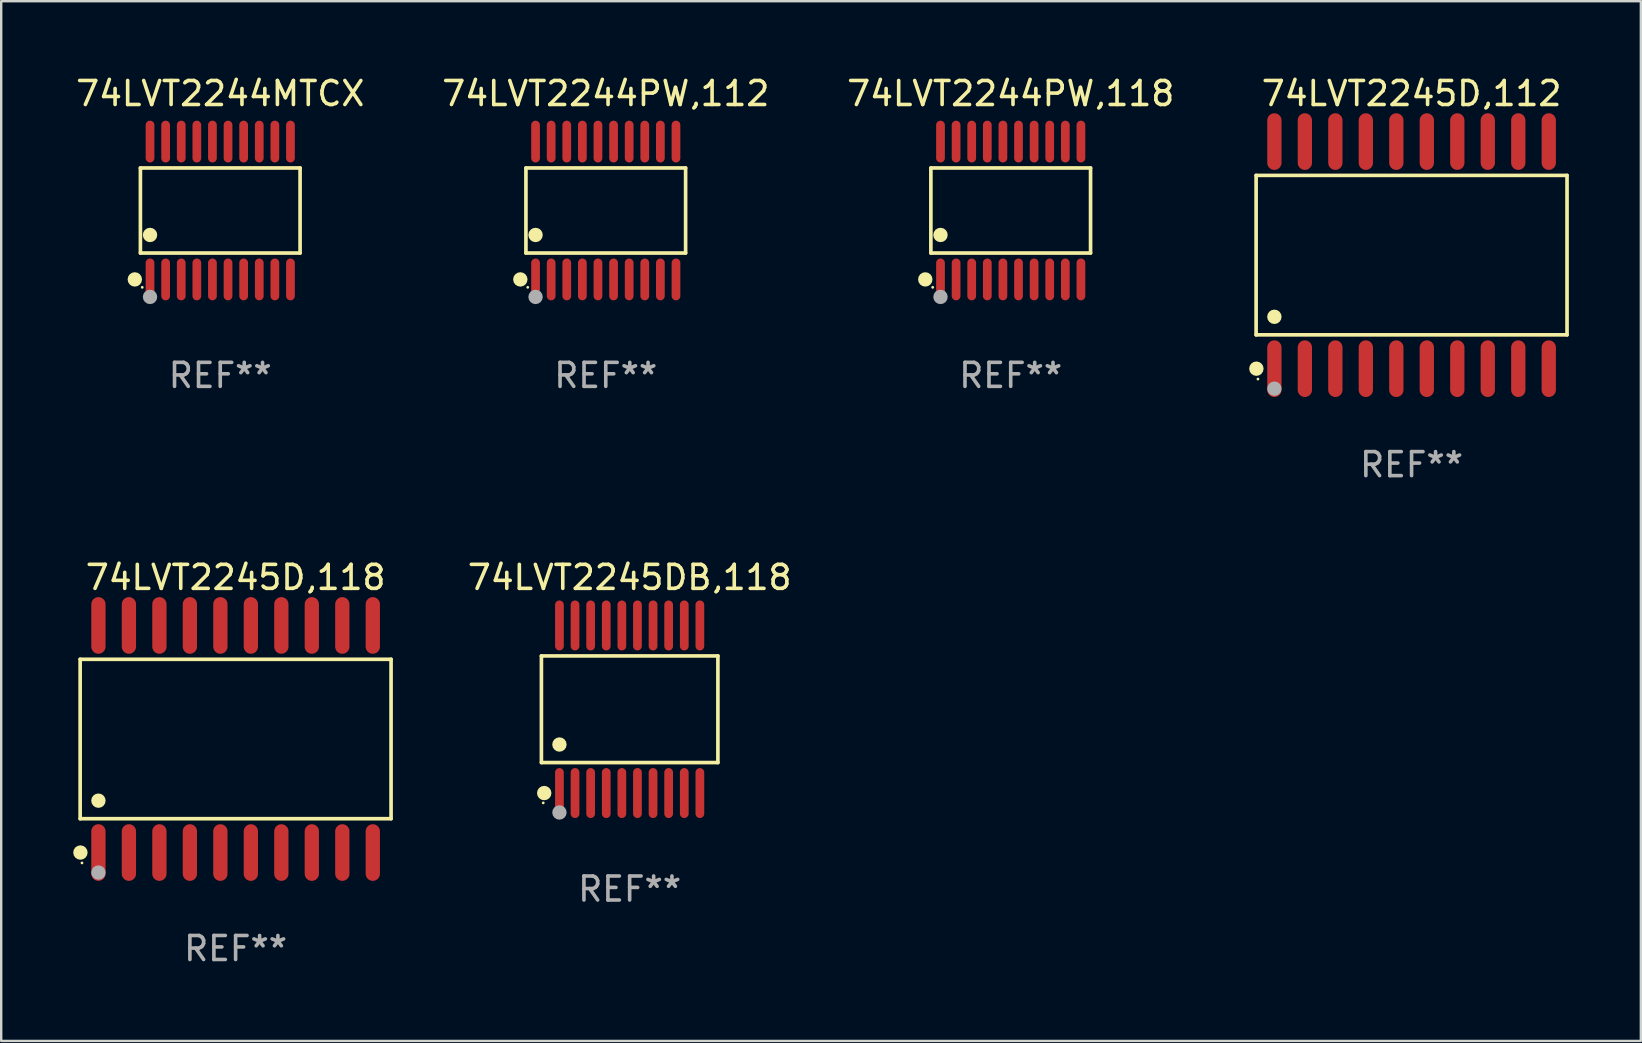
<source format=kicad_pcb>
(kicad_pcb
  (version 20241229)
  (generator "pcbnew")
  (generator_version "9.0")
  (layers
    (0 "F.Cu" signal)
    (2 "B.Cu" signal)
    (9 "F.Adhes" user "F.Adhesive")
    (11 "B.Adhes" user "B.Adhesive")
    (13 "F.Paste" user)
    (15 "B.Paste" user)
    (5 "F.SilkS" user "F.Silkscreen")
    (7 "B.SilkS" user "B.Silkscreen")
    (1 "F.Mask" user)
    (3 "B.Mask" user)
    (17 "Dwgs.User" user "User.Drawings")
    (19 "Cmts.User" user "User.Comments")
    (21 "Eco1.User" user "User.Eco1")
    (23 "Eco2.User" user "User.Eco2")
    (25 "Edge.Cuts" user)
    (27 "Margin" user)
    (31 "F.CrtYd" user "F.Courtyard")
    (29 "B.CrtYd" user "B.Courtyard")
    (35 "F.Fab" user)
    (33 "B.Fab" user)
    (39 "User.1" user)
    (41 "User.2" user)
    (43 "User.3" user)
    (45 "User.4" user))
  (footprint "74LVT2245DB,118"
    (layer "F.Cu")
    (at 23.18 26.496)
    (property "Reference" "74LVT2245DB,118" (at 0 -5.491 0) (layer "F.SilkS") (effects (font (size 1 1) (thickness 0.15))))
    (attr through_hole)
    (fp_line (start -3.676 -2.221) (end 3.676 -2.221) (stroke (width 0.152) (type solid)) (layer "F.SilkS"))
    (fp_line (start -3.676 2.221) (end -3.676 -2.221) (stroke (width 0.152) (type solid)) (layer "F.SilkS"))
    (fp_line (start 3.676 -2.221) (end 3.676 2.221) (stroke (width 0.152) (type solid)) (layer "F.SilkS"))
    (fp_line (start 3.676 2.221) (end -3.676 2.221) (stroke (width 0.152) (type solid)) (layer "F.SilkS"))
    (fp_circle (center -3.6 3.9) (end -3.57 3.9) (stroke (width 0.06) (type solid)) (fill no) (layer "F.SilkS"))
    (fp_circle (center -3.559 3.491) (end -3.409 3.491) (stroke (width 0.3) (type solid)) (fill no) (layer "F.SilkS"))
    (fp_circle (center -2.925 1.469) (end -2.775 1.469) (stroke (width 0.3) (type solid)) (fill no) (layer "F.SilkS"))
    (fp_circle (center -2.925 4.3) (end -2.775 4.3) (stroke (width 0.3) (type solid)) (fill no) (layer "F.Fab"))
    (fp_text user "REF**" (at 0 7.491 0) (layer "F.Fab") (effects (font (size 1 1) (thickness 0.15))))
    (pad "1" smd oval (at -2.925 3.491) (size 0.364 2.082) (layers "F.Cu" "F.Mask" "F.Paste"))
    (pad "2" smd oval (at -2.275 3.491) (size 0.364 2.082) (layers "F.Cu" "F.Mask" "F.Paste"))
    (pad "3" smd oval (at -1.625 3.491) (size 0.364 2.082) (layers "F.Cu" "F.Mask" "F.Paste"))
    (pad "4" smd oval (at -0.975 3.491) (size 0.364 2.082) (layers "F.Cu" "F.Mask" "F.Paste"))
    (pad "5" smd oval (at -0.325 3.491) (size 0.364 2.082) (layers "F.Cu" "F.Mask" "F.Paste"))
    (pad "6" smd oval (at 0.325 3.491) (size 0.364 2.082) (layers "F.Cu" "F.Mask" "F.Paste"))
    (pad "7" smd oval (at 0.975 3.491) (size 0.364 2.082) (layers "F.Cu" "F.Mask" "F.Paste"))
    (pad "8" smd oval (at 1.625 3.491) (size 0.364 2.082) (layers "F.Cu" "F.Mask" "F.Paste"))
    (pad "9" smd oval (at 2.275 3.491) (size 0.364 2.082) (layers "F.Cu" "F.Mask" "F.Paste"))
    (pad "10" smd oval (at 2.925 3.491) (size 0.364 2.082) (layers "F.Cu" "F.Mask" "F.Paste"))
    (pad "11" smd oval (at 2.925 -3.491) (size 0.364 2.082) (layers "F.Cu" "F.Mask" "F.Paste"))
    (pad "12" smd oval (at 2.275 -3.491) (size 0.364 2.082) (layers "F.Cu" "F.Mask" "F.Paste"))
    (pad "13" smd oval (at 1.625 -3.491) (size 0.364 2.082) (layers "F.Cu" "F.Mask" "F.Paste"))
    (pad "14" smd oval (at 0.975 -3.491) (size 0.364 2.082) (layers "F.Cu" "F.Mask" "F.Paste"))
    (pad "15" smd oval (at 0.325 -3.491) (size 0.364 2.082) (layers "F.Cu" "F.Mask" "F.Paste"))
    (pad "16" smd oval (at -0.325 -3.491) (size 0.364 2.082) (layers "F.Cu" "F.Mask" "F.Paste"))
    (pad "17" smd oval (at -0.975 -3.491) (size 0.364 2.082) (layers "F.Cu" "F.Mask" "F.Paste"))
    (pad "18" smd oval (at -1.625 -3.491) (size 0.364 2.082) (layers "F.Cu" "F.Mask" "F.Paste"))
    (pad "19" smd oval (at -2.275 -3.491) (size 0.364 2.082) (layers "F.Cu" "F.Mask" "F.Paste"))
    (pad "20" smd oval (at -2.925 -3.491) (size 0.364 2.082) (layers "F.Cu" "F.Mask" "F.Paste")))
  (footprint "74LVT2244PW,118"
    (layer "F.Cu")
    (at 39.054 5.719)
    (property "Reference" "74LVT2244PW,118" (at 0 -4.871 0) (layer "F.SilkS") (effects (font (size 1 1) (thickness 0.15))))
    (attr through_hole)
    (fp_line (start -3.326 -1.771) (end 3.326 -1.771) (stroke (width 0.152) (type solid)) (layer "F.SilkS"))
    (fp_line (start -3.326 1.771) (end -3.326 -1.771) (stroke (width 0.152) (type solid)) (layer "F.SilkS"))
    (fp_line (start 3.326 -1.771) (end 3.326 1.771) (stroke (width 0.152) (type solid)) (layer "F.SilkS"))
    (fp_line (start 3.326 1.771) (end -3.326 1.771) (stroke (width 0.152) (type solid)) (layer "F.SilkS"))
    (fp_circle (center -3.559 2.871) (end -3.409 2.871) (stroke (width 0.3) (type solid)) (fill no) (layer "F.SilkS"))
    (fp_circle (center -3.25 3.2) (end -3.22 3.2) (stroke (width 0.06) (type solid)) (fill no) (layer "F.SilkS"))
    (fp_circle (center -2.925 1.019) (end -2.775 1.019) (stroke (width 0.3) (type solid)) (fill no) (layer "F.SilkS"))
    (fp_circle (center -2.925 3.6) (end -2.775 3.6) (stroke (width 0.3) (type solid)) (fill no) (layer "F.Fab"))
    (fp_text user "REF**" (at 0 6.871 0) (layer "F.Fab") (effects (font (size 1 1) (thickness 0.15))))
    (pad "1" smd oval (at -2.925 2.871) (size 0.364 1.742) (layers "F.Cu" "F.Mask" "F.Paste"))
    (pad "2" smd oval (at -2.275 2.871) (size 0.364 1.742) (layers "F.Cu" "F.Mask" "F.Paste"))
    (pad "3" smd oval (at -1.625 2.871) (size 0.364 1.742) (layers "F.Cu" "F.Mask" "F.Paste"))
    (pad "4" smd oval (at -0.975 2.871) (size 0.364 1.742) (layers "F.Cu" "F.Mask" "F.Paste"))
    (pad "5" smd oval (at -0.325 2.871) (size 0.364 1.742) (layers "F.Cu" "F.Mask" "F.Paste"))
    (pad "6" smd oval (at 0.325 2.871) (size 0.364 1.742) (layers "F.Cu" "F.Mask" "F.Paste"))
    (pad "7" smd oval (at 0.975 2.871) (size 0.364 1.742) (layers "F.Cu" "F.Mask" "F.Paste"))
    (pad "8" smd oval (at 1.625 2.871) (size 0.364 1.742) (layers "F.Cu" "F.Mask" "F.Paste"))
    (pad "9" smd oval (at 2.275 2.871) (size 0.364 1.742) (layers "F.Cu" "F.Mask" "F.Paste"))
    (pad "10" smd oval (at 2.925 2.871) (size 0.364 1.742) (layers "F.Cu" "F.Mask" "F.Paste"))
    (pad "11" smd oval (at 2.925 -2.871) (size 0.364 1.742) (layers "F.Cu" "F.Mask" "F.Paste"))
    (pad "12" smd oval (at 2.275 -2.871) (size 0.364 1.742) (layers "F.Cu" "F.Mask" "F.Paste"))
    (pad "13" smd oval (at 1.625 -2.871) (size 0.364 1.742) (layers "F.Cu" "F.Mask" "F.Paste"))
    (pad "14" smd oval (at 0.975 -2.871) (size 0.364 1.742) (layers "F.Cu" "F.Mask" "F.Paste"))
    (pad "15" smd oval (at 0.325 -2.871) (size 0.364 1.742) (layers "F.Cu" "F.Mask" "F.Paste"))
    (pad "16" smd oval (at -0.325 -2.871) (size 0.364 1.742) (layers "F.Cu" "F.Mask" "F.Paste"))
    (pad "17" smd oval (at -0.975 -2.871) (size 0.364 1.742) (layers "F.Cu" "F.Mask" "F.Paste"))
    (pad "18" smd oval (at -1.625 -2.871) (size 0.364 1.742) (layers "F.Cu" "F.Mask" "F.Paste"))
    (pad "19" smd oval (at -2.275 -2.871) (size 0.364 1.742) (layers "F.Cu" "F.Mask" "F.Paste"))
    (pad "20" smd oval (at -2.925 -2.871) (size 0.364 1.742) (layers "F.Cu" "F.Mask" "F.Paste")))
  (footprint "74LVT2245D,118"
    (layer "F.Cu")
    (at 6.765 27.735)
    (property "Reference" "74LVT2245D,118" (at 0 -6.73 0) (layer "F.SilkS") (effects (font (size 1 1) (thickness 0.15))))
    (attr through_hole)
    (fp_line (start -6.476 -3.321) (end 6.476 -3.321) (stroke (width 0.152) (type solid)) (layer "F.SilkS"))
    (fp_line (start -6.476 3.321) (end -6.476 -3.321) (stroke (width 0.152) (type solid)) (layer "F.SilkS"))
    (fp_line (start 6.476 -3.321) (end 6.476 3.321) (stroke (width 0.152) (type solid)) (layer "F.SilkS"))
    (fp_line (start 6.476 3.321) (end -6.476 3.321) (stroke (width 0.152) (type solid)) (layer "F.SilkS"))
    (fp_circle (center -6.465 4.73) (end -6.315 4.73) (stroke (width 0.3) (type solid)) (fill no) (layer "F.SilkS"))
    (fp_circle (center -6.4 5.163) (end -6.37 5.163) (stroke (width 0.06) (type solid)) (fill no) (layer "F.SilkS"))
    (fp_circle (center -5.715 2.569) (end -5.565 2.569) (stroke (width 0.3) (type solid)) (fill no) (layer "F.SilkS"))
    (fp_circle (center -5.715 5.563) (end -5.565 5.563) (stroke (width 0.3) (type solid)) (fill no) (layer "F.Fab"))
    (fp_text user "REF**" (at 0 8.73 0) (layer "F.Fab") (effects (font (size 1 1) (thickness 0.15))))
    (pad "1" smd oval (at -5.715 4.73) (size 0.595 2.36) (layers "F.Cu" "F.Mask" "F.Paste"))
    (pad "2" smd oval (at -4.445 4.73) (size 0.595 2.36) (layers "F.Cu" "F.Mask" "F.Paste"))
    (pad "3" smd oval (at -3.175 4.73) (size 0.595 2.36) (layers "F.Cu" "F.Mask" "F.Paste"))
    (pad "4" smd oval (at -1.905 4.73) (size 0.595 2.36) (layers "F.Cu" "F.Mask" "F.Paste"))
    (pad "5" smd oval (at -0.635 4.73) (size 0.595 2.36) (layers "F.Cu" "F.Mask" "F.Paste"))
    (pad "6" smd oval (at 0.635 4.73) (size 0.595 2.36) (layers "F.Cu" "F.Mask" "F.Paste"))
    (pad "7" smd oval (at 1.905 4.73) (size 0.595 2.36) (layers "F.Cu" "F.Mask" "F.Paste"))
    (pad "8" smd oval (at 3.175 4.73) (size 0.595 2.36) (layers "F.Cu" "F.Mask" "F.Paste"))
    (pad "9" smd oval (at 4.445 4.73) (size 0.595 2.36) (layers "F.Cu" "F.Mask" "F.Paste"))
    (pad "10" smd oval (at 5.715 4.73) (size 0.595 2.36) (layers "F.Cu" "F.Mask" "F.Paste"))
    (pad "11" smd oval (at 5.715 -4.73) (size 0.595 2.36) (layers "F.Cu" "F.Mask" "F.Paste"))
    (pad "12" smd oval (at 4.445 -4.73) (size 0.595 2.36) (layers "F.Cu" "F.Mask" "F.Paste"))
    (pad "13" smd oval (at 3.175 -4.73) (size 0.595 2.36) (layers "F.Cu" "F.Mask" "F.Paste"))
    (pad "14" smd oval (at 1.905 -4.73) (size 0.595 2.36) (layers "F.Cu" "F.Mask" "F.Paste"))
    (pad "15" smd oval (at 0.635 -4.73) (size 0.595 2.36) (layers "F.Cu" "F.Mask" "F.Paste"))
    (pad "16" smd oval (at -0.635 -4.73) (size 0.595 2.36) (layers "F.Cu" "F.Mask" "F.Paste"))
    (pad "17" smd oval (at -1.905 -4.73) (size 0.595 2.36) (layers "F.Cu" "F.Mask" "F.Paste"))
    (pad "18" smd oval (at -3.175 -4.73) (size 0.595 2.36) (layers "F.Cu" "F.Mask" "F.Paste"))
    (pad "19" smd oval (at -4.445 -4.73) (size 0.595 2.36) (layers "F.Cu" "F.Mask" "F.Paste"))
    (pad "20" smd oval (at -5.715 -4.73) (size 0.595 2.36) (layers "F.Cu" "F.Mask" "F.Paste")))
  (footprint "74LVT2244PW,112"
    (layer "F.Cu")
    (at 22.185 5.719)
    (property "Reference" "74LVT2244PW,112" (at 0 -4.871 0) (layer "F.SilkS") (effects (font (size 1 1) (thickness 0.15))))
    (attr through_hole)
    (fp_line (start -3.326 -1.771) (end 3.326 -1.771) (stroke (width 0.152) (type solid)) (layer "F.SilkS"))
    (fp_line (start -3.326 1.771) (end -3.326 -1.771) (stroke (width 0.152) (type solid)) (layer "F.SilkS"))
    (fp_line (start 3.326 -1.771) (end 3.326 1.771) (stroke (width 0.152) (type solid)) (layer "F.SilkS"))
    (fp_line (start 3.326 1.771) (end -3.326 1.771) (stroke (width 0.152) (type solid)) (layer "F.SilkS"))
    (fp_circle (center -3.559 2.871) (end -3.409 2.871) (stroke (width 0.3) (type solid)) (fill no) (layer "F.SilkS"))
    (fp_circle (center -3.25 3.2) (end -3.22 3.2) (stroke (width 0.06) (type solid)) (fill no) (layer "F.SilkS"))
    (fp_circle (center -2.925 1.019) (end -2.775 1.019) (stroke (width 0.3) (type solid)) (fill no) (layer "F.SilkS"))
    (fp_circle (center -2.925 3.6) (end -2.775 3.6) (stroke (width 0.3) (type solid)) (fill no) (layer "F.Fab"))
    (fp_text user "REF**" (at 0 6.871 0) (layer "F.Fab") (effects (font (size 1 1) (thickness 0.15))))
    (pad "1" smd oval (at -2.925 2.871) (size 0.364 1.742) (layers "F.Cu" "F.Mask" "F.Paste"))
    (pad "2" smd oval (at -2.275 2.871) (size 0.364 1.742) (layers "F.Cu" "F.Mask" "F.Paste"))
    (pad "3" smd oval (at -1.625 2.871) (size 0.364 1.742) (layers "F.Cu" "F.Mask" "F.Paste"))
    (pad "4" smd oval (at -0.975 2.871) (size 0.364 1.742) (layers "F.Cu" "F.Mask" "F.Paste"))
    (pad "5" smd oval (at -0.325 2.871) (size 0.364 1.742) (layers "F.Cu" "F.Mask" "F.Paste"))
    (pad "6" smd oval (at 0.325 2.871) (size 0.364 1.742) (layers "F.Cu" "F.Mask" "F.Paste"))
    (pad "7" smd oval (at 0.975 2.871) (size 0.364 1.742) (layers "F.Cu" "F.Mask" "F.Paste"))
    (pad "8" smd oval (at 1.625 2.871) (size 0.364 1.742) (layers "F.Cu" "F.Mask" "F.Paste"))
    (pad "9" smd oval (at 2.275 2.871) (size 0.364 1.742) (layers "F.Cu" "F.Mask" "F.Paste"))
    (pad "10" smd oval (at 2.925 2.871) (size 0.364 1.742) (layers "F.Cu" "F.Mask" "F.Paste"))
    (pad "11" smd oval (at 2.925 -2.871) (size 0.364 1.742) (layers "F.Cu" "F.Mask" "F.Paste"))
    (pad "12" smd oval (at 2.275 -2.871) (size 0.364 1.742) (layers "F.Cu" "F.Mask" "F.Paste"))
    (pad "13" smd oval (at 1.625 -2.871) (size 0.364 1.742) (layers "F.Cu" "F.Mask" "F.Paste"))
    (pad "14" smd oval (at 0.975 -2.871) (size 0.364 1.742) (layers "F.Cu" "F.Mask" "F.Paste"))
    (pad "15" smd oval (at 0.325 -2.871) (size 0.364 1.742) (layers "F.Cu" "F.Mask" "F.Paste"))
    (pad "16" smd oval (at -0.325 -2.871) (size 0.364 1.742) (layers "F.Cu" "F.Mask" "F.Paste"))
    (pad "17" smd oval (at -0.975 -2.871) (size 0.364 1.742) (layers "F.Cu" "F.Mask" "F.Paste"))
    (pad "18" smd oval (at -1.625 -2.871) (size 0.364 1.742) (layers "F.Cu" "F.Mask" "F.Paste"))
    (pad "19" smd oval (at -2.275 -2.871) (size 0.364 1.742) (layers "F.Cu" "F.Mask" "F.Paste"))
    (pad "20" smd oval (at -2.925 -2.871) (size 0.364 1.742) (layers "F.Cu" "F.Mask" "F.Paste")))
  (footprint "74LVT2245D,112"
    (layer "F.Cu")
    (at 55.753 7.578)
    (property "Reference" "74LVT2245D,112" (at 0 -6.73 0) (layer "F.SilkS") (effects (font (size 1 1) (thickness 0.15))))
    (attr through_hole)
    (fp_line (start -6.476 -3.321) (end 6.476 -3.321) (stroke (width 0.152) (type solid)) (layer "F.SilkS"))
    (fp_line (start -6.476 3.321) (end -6.476 -3.321) (stroke (width 0.152) (type solid)) (layer "F.SilkS"))
    (fp_line (start 6.476 -3.321) (end 6.476 3.321) (stroke (width 0.152) (type solid)) (layer "F.SilkS"))
    (fp_line (start 6.476 3.321) (end -6.476 3.321) (stroke (width 0.152) (type solid)) (layer "F.SilkS"))
    (fp_circle (center -6.465 4.73) (end -6.315 4.73) (stroke (width 0.3) (type solid)) (fill no) (layer "F.SilkS"))
    (fp_circle (center -6.4 5.163) (end -6.37 5.163) (stroke (width 0.06) (type solid)) (fill no) (layer "F.SilkS"))
    (fp_circle (center -5.715 2.569) (end -5.565 2.569) (stroke (width 0.3) (type solid)) (fill no) (layer "F.SilkS"))
    (fp_circle (center -5.715 5.563) (end -5.565 5.563) (stroke (width 0.3) (type solid)) (fill no) (layer "F.Fab"))
    (fp_text user "REF**" (at 0 8.73 0) (layer "F.Fab") (effects (font (size 1 1) (thickness 0.15))))
    (pad "1" smd oval (at -5.715 4.73) (size 0.595 2.36) (layers "F.Cu" "F.Mask" "F.Paste"))
    (pad "2" smd oval (at -4.445 4.73) (size 0.595 2.36) (layers "F.Cu" "F.Mask" "F.Paste"))
    (pad "3" smd oval (at -3.175 4.73) (size 0.595 2.36) (layers "F.Cu" "F.Mask" "F.Paste"))
    (pad "4" smd oval (at -1.905 4.73) (size 0.595 2.36) (layers "F.Cu" "F.Mask" "F.Paste"))
    (pad "5" smd oval (at -0.635 4.73) (size 0.595 2.36) (layers "F.Cu" "F.Mask" "F.Paste"))
    (pad "6" smd oval (at 0.635 4.73) (size 0.595 2.36) (layers "F.Cu" "F.Mask" "F.Paste"))
    (pad "7" smd oval (at 1.905 4.73) (size 0.595 2.36) (layers "F.Cu" "F.Mask" "F.Paste"))
    (pad "8" smd oval (at 3.175 4.73) (size 0.595 2.36) (layers "F.Cu" "F.Mask" "F.Paste"))
    (pad "9" smd oval (at 4.445 4.73) (size 0.595 2.36) (layers "F.Cu" "F.Mask" "F.Paste"))
    (pad "10" smd oval (at 5.715 4.73) (size 0.595 2.36) (layers "F.Cu" "F.Mask" "F.Paste"))
    (pad "11" smd oval (at 5.715 -4.73) (size 0.595 2.36) (layers "F.Cu" "F.Mask" "F.Paste"))
    (pad "12" smd oval (at 4.445 -4.73) (size 0.595 2.36) (layers "F.Cu" "F.Mask" "F.Paste"))
    (pad "13" smd oval (at 3.175 -4.73) (size 0.595 2.36) (layers "F.Cu" "F.Mask" "F.Paste"))
    (pad "14" smd oval (at 1.905 -4.73) (size 0.595 2.36) (layers "F.Cu" "F.Mask" "F.Paste"))
    (pad "15" smd oval (at 0.635 -4.73) (size 0.595 2.36) (layers "F.Cu" "F.Mask" "F.Paste"))
    (pad "16" smd oval (at -0.635 -4.73) (size 0.595 2.36) (layers "F.Cu" "F.Mask" "F.Paste"))
    (pad "17" smd oval (at -1.905 -4.73) (size 0.595 2.36) (layers "F.Cu" "F.Mask" "F.Paste"))
    (pad "18" smd oval (at -3.175 -4.73) (size 0.595 2.36) (layers "F.Cu" "F.Mask" "F.Paste"))
    (pad "19" smd oval (at -4.445 -4.73) (size 0.595 2.36) (layers "F.Cu" "F.Mask" "F.Paste"))
    (pad "20" smd oval (at -5.715 -4.73) (size 0.595 2.36) (layers "F.Cu" "F.Mask" "F.Paste")))
  (footprint "74LVT2244MTCX"
    (layer "F.Cu")
    (at 6.125 5.719)
    (property "Reference" "74LVT2244MTCX" (at 0 -4.871 0) (layer "F.SilkS") (effects (font (size 1 1) (thickness 0.15))))
    (attr through_hole)
    (fp_line (start -3.326 -1.771) (end 3.326 -1.771) (stroke (width 0.152) (type solid)) (layer "F.SilkS"))
    (fp_line (start -3.326 1.771) (end -3.326 -1.771) (stroke (width 0.152) (type solid)) (layer "F.SilkS"))
    (fp_line (start 3.326 -1.771) (end 3.326 1.771) (stroke (width 0.152) (type solid)) (layer "F.SilkS"))
    (fp_line (start 3.326 1.771) (end -3.326 1.771) (stroke (width 0.152) (type solid)) (layer "F.SilkS"))
    (fp_circle (center -3.559 2.871) (end -3.409 2.871) (stroke (width 0.3) (type solid)) (fill no) (layer "F.SilkS"))
    (fp_circle (center -3.25 3.2) (end -3.22 3.2) (stroke (width 0.06) (type solid)) (fill no) (layer "F.SilkS"))
    (fp_circle (center -2.925 1.019) (end -2.775 1.019) (stroke (width 0.3) (type solid)) (fill no) (layer "F.SilkS"))
    (fp_circle (center -2.925 3.6) (end -2.775 3.6) (stroke (width 0.3) (type solid)) (fill no) (layer "F.Fab"))
    (fp_text user "REF**" (at 0 6.871 0) (layer "F.Fab") (effects (font (size 1 1) (thickness 0.15))))
    (pad "1" smd oval (at -2.925 2.871) (size 0.364 1.742) (layers "F.Cu" "F.Mask" "F.Paste"))
    (pad "2" smd oval (at -2.275 2.871) (size 0.364 1.742) (layers "F.Cu" "F.Mask" "F.Paste"))
    (pad "3" smd oval (at -1.625 2.871) (size 0.364 1.742) (layers "F.Cu" "F.Mask" "F.Paste"))
    (pad "4" smd oval (at -0.975 2.871) (size 0.364 1.742) (layers "F.Cu" "F.Mask" "F.Paste"))
    (pad "5" smd oval (at -0.325 2.871) (size 0.364 1.742) (layers "F.Cu" "F.Mask" "F.Paste"))
    (pad "6" smd oval (at 0.325 2.871) (size 0.364 1.742) (layers "F.Cu" "F.Mask" "F.Paste"))
    (pad "7" smd oval (at 0.975 2.871) (size 0.364 1.742) (layers "F.Cu" "F.Mask" "F.Paste"))
    (pad "8" smd oval (at 1.625 2.871) (size 0.364 1.742) (layers "F.Cu" "F.Mask" "F.Paste"))
    (pad "9" smd oval (at 2.275 2.871) (size 0.364 1.742) (layers "F.Cu" "F.Mask" "F.Paste"))
    (pad "10" smd oval (at 2.925 2.871) (size 0.364 1.742) (layers "F.Cu" "F.Mask" "F.Paste"))
    (pad "11" smd oval (at 2.925 -2.871) (size 0.364 1.742) (layers "F.Cu" "F.Mask" "F.Paste"))
    (pad "12" smd oval (at 2.275 -2.871) (size 0.364 1.742) (layers "F.Cu" "F.Mask" "F.Paste"))
    (pad "13" smd oval (at 1.625 -2.871) (size 0.364 1.742) (layers "F.Cu" "F.Mask" "F.Paste"))
    (pad "14" smd oval (at 0.975 -2.871) (size 0.364 1.742) (layers "F.Cu" "F.Mask" "F.Paste"))
    (pad "15" smd oval (at 0.325 -2.871) (size 0.364 1.742) (layers "F.Cu" "F.Mask" "F.Paste"))
    (pad "16" smd oval (at -0.325 -2.871) (size 0.364 1.742) (layers "F.Cu" "F.Mask" "F.Paste"))
    (pad "17" smd oval (at -0.975 -2.871) (size 0.364 1.742) (layers "F.Cu" "F.Mask" "F.Paste"))
    (pad "18" smd oval (at -1.625 -2.871) (size 0.364 1.742) (layers "F.Cu" "F.Mask" "F.Paste"))
    (pad "19" smd oval (at -2.275 -2.871) (size 0.364 1.742) (layers "F.Cu" "F.Mask" "F.Paste"))
    (pad "20" smd oval (at -2.925 -2.871) (size 0.364 1.742) (layers "F.Cu" "F.Mask" "F.Paste")))
  (gr_rect
    (start -3 -3)
    (end 65.305 40.313)
    (stroke (width 0.1) (type default))
    (fill no)
    (layer "Edge.Cuts")))
</source>
